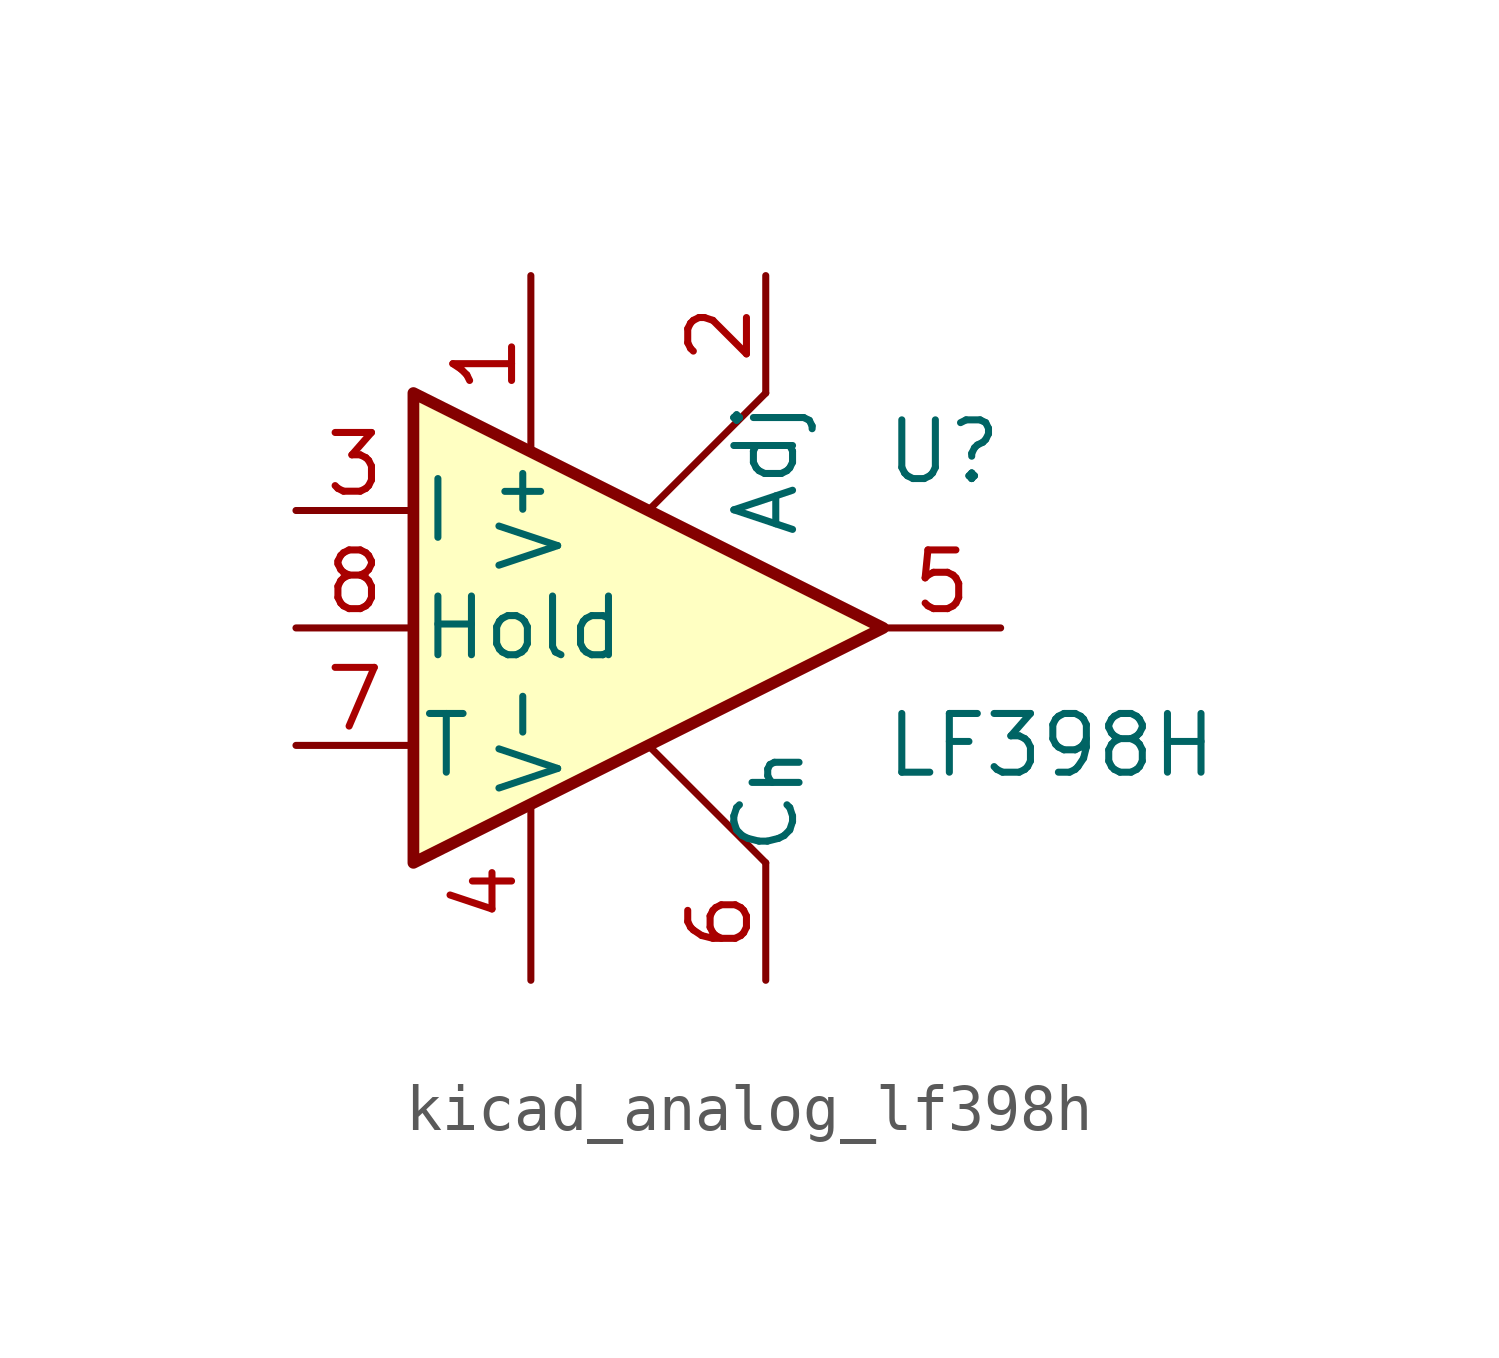
<source format=kicad_sym>
(kicad_symbol_lib
  (version 20220914)
  (generator kicad_symbol_editor)
  (symbol "kicad_analog_lf398h"
    (pin_names
      (offset 0.127))
    (property "Reference" "U"
      (at 5.08 3.81 0)
      (effects (font (size 1.27 1.27)) (justify left)))
    (property "Value" "LF398H"
      (at 5.08 -2.54 0)
      (effects (font (size 1.27 1.27)) (justify left)))
    (symbol "kicad_analog_lf398h_0_1"
      (polyline (pts (xy 0 -2.54) (xy 2.54 -5.08)) (stroke (width 0) (type default)) (fill (type none)))
      (polyline (pts (xy 2.54 5.08) (xy 0 2.54)) (stroke (width 0) (type default)) (fill (type none)))
      (polyline (pts (xy -5.08 5.08) (xy 5.08 0) (xy -5.08 -5.08) (xy -5.08 5.08)) (stroke (width 0.254) (type default)) (fill (type background))))
    (symbol "kicad_analog_lf398h_1_1"
      (pin passive line (at -2.54 7.62 270) (length 3.81) (name "V^{+}" (effects (font (size 1.27 1.27)))) (number "1" (effects (font (size 1.27 1.27)))))
      (pin passive line (at 2.54 7.62 270) (length 2.54) (name "Adj" (effects (font (size 1.27 1.27)))) (number "2" (effects (font (size 1.27 1.27)))))
      (pin input line (at -7.62 2.54 0) (length 2.54) (name "I" (effects (font (size 1.27 1.27)))) (number "3" (effects (font (size 1.27 1.27)))))
      (pin passive line (at -2.54 -7.62 90) (length 3.81) (name "V^{-}" (effects (font (size 1.27 1.27)))) (number "4" (effects (font (size 1.27 1.27)))))
      (pin output line (at 7.62 0 180) (length 2.54) (name "~" (effects (font (size 1.27 1.27)))) (number "5" (effects (font (size 1.27 1.27)))))
      (pin passive line (at 2.54 -7.62 90) (length 2.54) (name "C_{h}" (effects (font (size 1.27 1.27)))) (number "6" (effects (font (size 1.27 1.27)))))
      (pin passive line (at -7.62 -2.54 0) (length 2.54) (name "T" (effects (font (size 1.27 1.27)))) (number "7" (effects (font (size 1.27 1.27)))))
      (pin input line (at -7.62 0 0) (length 2.54) (name "Hold" (effects (font (size 1.27 1.27)))) (number "8" (effects (font (size 1.27 1.27))))))))
</source>
